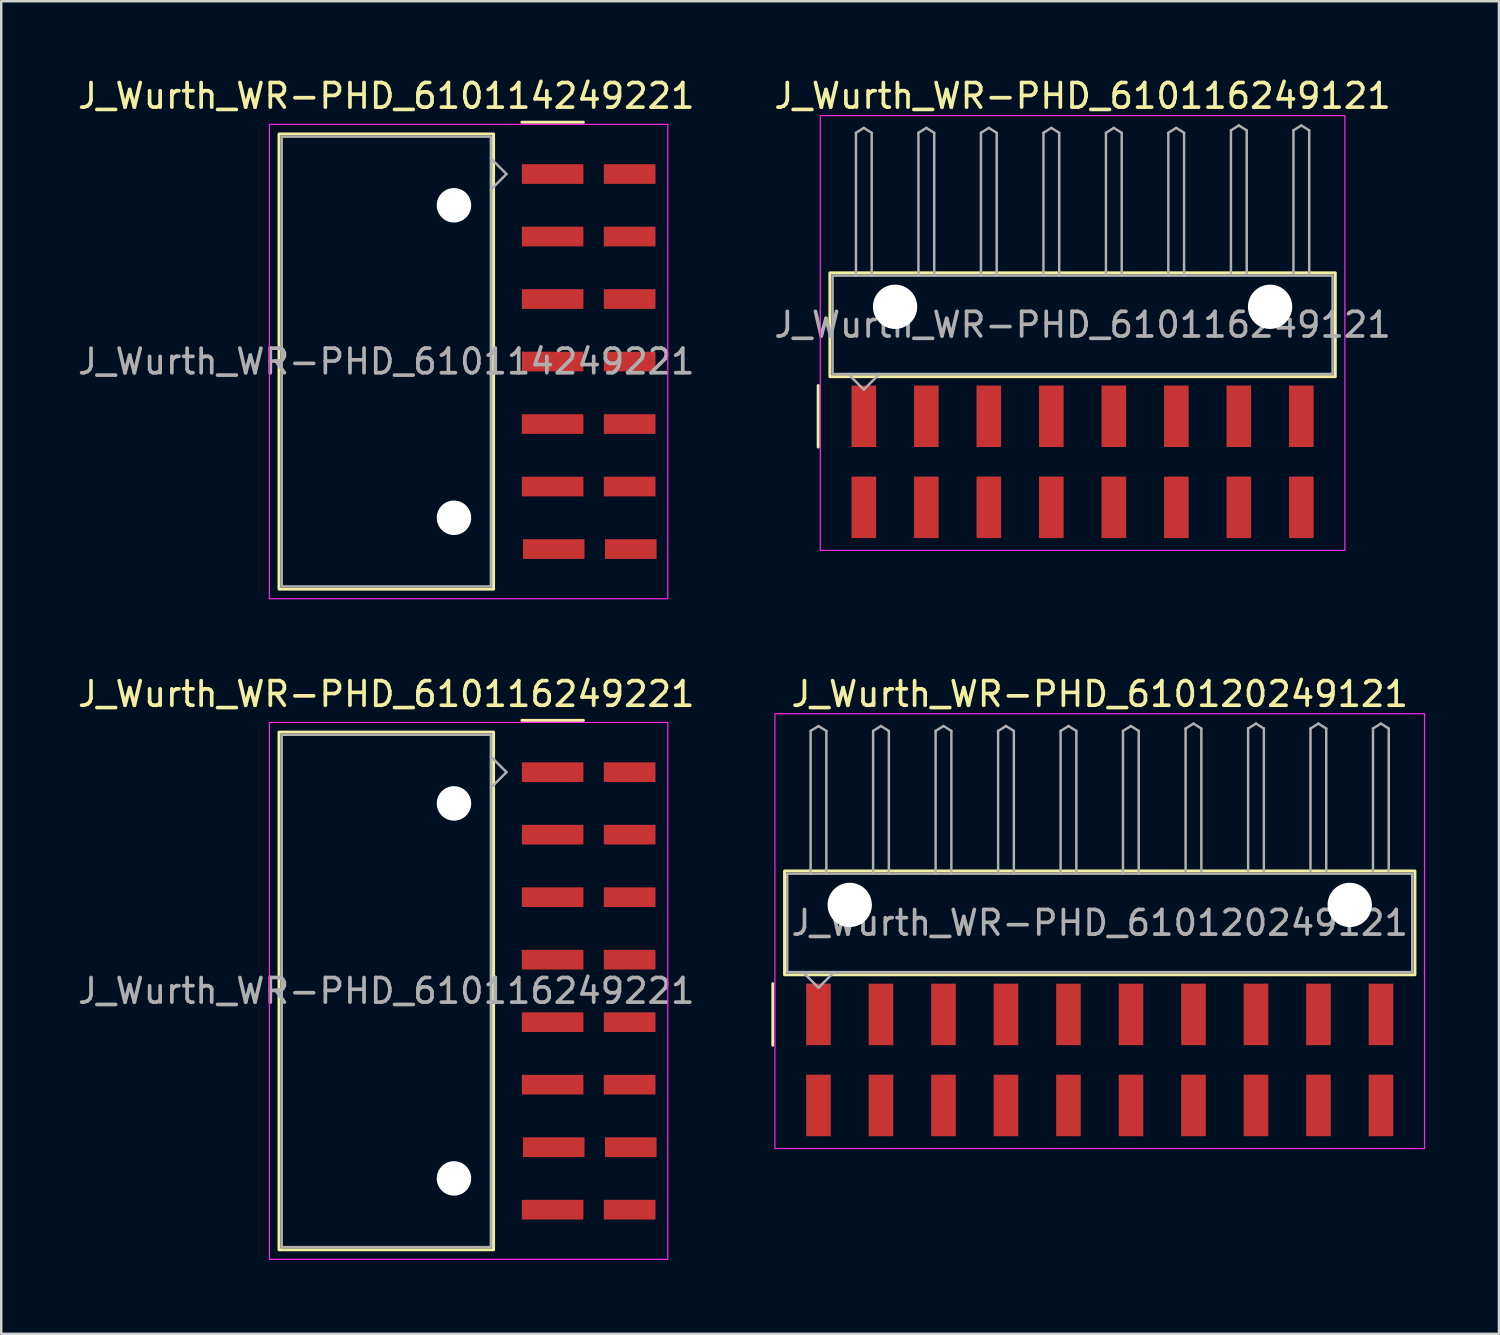
<source format=kicad_pcb>
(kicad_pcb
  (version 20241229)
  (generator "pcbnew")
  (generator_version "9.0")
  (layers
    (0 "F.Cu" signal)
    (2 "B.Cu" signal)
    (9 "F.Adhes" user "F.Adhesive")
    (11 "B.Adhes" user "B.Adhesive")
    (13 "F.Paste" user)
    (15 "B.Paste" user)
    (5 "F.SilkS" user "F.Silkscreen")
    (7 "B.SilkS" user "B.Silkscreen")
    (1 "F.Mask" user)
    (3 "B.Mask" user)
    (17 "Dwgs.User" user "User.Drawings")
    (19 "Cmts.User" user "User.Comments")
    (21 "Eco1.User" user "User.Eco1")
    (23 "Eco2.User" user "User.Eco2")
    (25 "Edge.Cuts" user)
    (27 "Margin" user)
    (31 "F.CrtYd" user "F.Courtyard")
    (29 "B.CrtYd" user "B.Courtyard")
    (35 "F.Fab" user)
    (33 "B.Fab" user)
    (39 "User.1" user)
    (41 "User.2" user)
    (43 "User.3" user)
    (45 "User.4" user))
  (footprint "J_Wurth_WR-PHD_610120249121"
    (layer "F.Cu")
    (at 41.643 34.456)
    (property "Reference" "J_Wurth_WR-PHD_610120249121" (at 0 -9.3 0) (unlocked yes) (layer "F.SilkS") (effects (font (size 1 1) (thickness 0.15))))
    (attr smd)
    (fp_line (start -13.285 2.47) (end -13.285 4.97) (stroke (width 0.12) (type solid)) (layer "F.SilkS"))
    (fp_rect (start -12.81 -2.11) (end 12.81 2.11) (stroke (width 0.12) (type solid)) (fill no) (layer "F.SilkS"))
    (fp_rect (start -13.2 -8.5) (end 13.2 9.17) (stroke (width 0.05) (type solid)) (fill no) (layer "F.CrtYd"))
    (fp_line (start -11.75 -7.8) (end -11.75 -2) (stroke (width 0.1) (type solid)) (layer "F.Fab"))
    (fp_line (start -11.43 -8) (end -11.75 -7.8) (stroke (width 0.1) (type solid)) (layer "F.Fab"))
    (fp_line (start -11.43 2.635) (end -12.065 2) (stroke (width 0.1) (type default)) (layer "F.Fab"))
    (fp_line (start -11.11 -7.8) (end -11.43 -8) (stroke (width 0.1) (type solid)) (layer "F.Fab"))
    (fp_line (start -11.11 -2) (end -11.11 -7.8) (stroke (width 0.1) (type solid)) (layer "F.Fab"))
    (fp_line (start -10.795 2) (end -11.43 2.635) (stroke (width 0.1) (type default)) (layer "F.Fab"))
    (fp_line (start -9.21 -7.8) (end -9.21 -2) (stroke (width 0.1) (type solid)) (layer "F.Fab"))
    (fp_line (start -8.89 -8) (end -9.21 -7.8) (stroke (width 0.1) (type solid)) (layer "F.Fab"))
    (fp_line (start -8.57 -7.8) (end -8.89 -8) (stroke (width 0.1) (type solid)) (layer "F.Fab"))
    (fp_line (start -8.57 -2) (end -8.57 -7.8) (stroke (width 0.1) (type solid)) (layer "F.Fab"))
    (fp_line (start -6.67 -7.8) (end -6.67 -2) (stroke (width 0.1) (type solid)) (layer "F.Fab"))
    (fp_line (start -6.35 -8) (end -6.67 -7.8) (stroke (width 0.1) (type solid)) (layer "F.Fab"))
    (fp_line (start -6.03 -7.8) (end -6.35 -8) (stroke (width 0.1) (type solid)) (layer "F.Fab"))
    (fp_line (start -6.03 -2) (end -6.03 -7.8) (stroke (width 0.1) (type solid)) (layer "F.Fab"))
    (fp_line (start -4.13 -7.8) (end -4.13 -2) (stroke (width 0.1) (type solid)) (layer "F.Fab"))
    (fp_line (start -3.81 -8) (end -4.13 -7.8) (stroke (width 0.1) (type solid)) (layer "F.Fab"))
    (fp_line (start -3.49 -7.8) (end -3.81 -8) (stroke (width 0.1) (type solid)) (layer "F.Fab"))
    (fp_line (start -3.49 -2) (end -3.49 -7.8) (stroke (width 0.1) (type solid)) (layer "F.Fab"))
    (fp_line (start -1.59 -7.8) (end -1.59 -2) (stroke (width 0.1) (type solid)) (layer "F.Fab"))
    (fp_line (start -1.27 -8) (end -1.59 -7.8) (stroke (width 0.1) (type solid)) (layer "F.Fab"))
    (fp_line (start -0.95 -7.8) (end -1.27 -8) (stroke (width 0.1) (type solid)) (layer "F.Fab"))
    (fp_line (start -0.95 -2) (end -0.95 -7.8) (stroke (width 0.1) (type solid)) (layer "F.Fab"))
    (fp_line (start 0.945 -7.8) (end 0.945 -2) (stroke (width 0.1) (type solid)) (layer "F.Fab"))
    (fp_line (start 1.265 -8) (end 0.945 -7.8) (stroke (width 0.1) (type solid)) (layer "F.Fab"))
    (fp_line (start 1.585 -7.8) (end 1.265 -8) (stroke (width 0.1) (type solid)) (layer "F.Fab"))
    (fp_line (start 1.585 -2) (end 1.585 -7.8) (stroke (width 0.1) (type solid)) (layer "F.Fab"))
    (fp_line (start 3.49 -7.9) (end 3.49 -2.1) (stroke (width 0.1) (type solid)) (layer "F.Fab"))
    (fp_line (start 3.81 -8.1) (end 3.49 -7.9) (stroke (width 0.1) (type solid)) (layer "F.Fab"))
    (fp_line (start 4.13 -7.9) (end 3.81 -8.1) (stroke (width 0.1) (type solid)) (layer "F.Fab"))
    (fp_line (start 4.13 -2.1) (end 4.13 -7.9) (stroke (width 0.1) (type solid)) (layer "F.Fab"))
    (fp_line (start 6.03 -7.9) (end 6.03 -2.1) (stroke (width 0.1) (type solid)) (layer "F.Fab"))
    (fp_line (start 6.35 -8.1) (end 6.03 -7.9) (stroke (width 0.1) (type solid)) (layer "F.Fab"))
    (fp_line (start 6.67 -7.9) (end 6.35 -8.1) (stroke (width 0.1) (type solid)) (layer "F.Fab"))
    (fp_line (start 6.67 -2.1) (end 6.67 -7.9) (stroke (width 0.1) (type solid)) (layer "F.Fab"))
    (fp_line (start 8.565 -7.9) (end 8.565 -2.1) (stroke (width 0.1) (type solid)) (layer "F.Fab"))
    (fp_line (start 8.885 -8.1) (end 8.565 -7.9) (stroke (width 0.1) (type solid)) (layer "F.Fab"))
    (fp_line (start 9.205 -7.9) (end 8.885 -8.1) (stroke (width 0.1) (type solid)) (layer "F.Fab"))
    (fp_line (start 9.205 -2.1) (end 9.205 -7.9) (stroke (width 0.1) (type solid)) (layer "F.Fab"))
    (fp_line (start 11.105 -7.9) (end 11.105 -2.1) (stroke (width 0.1) (type solid)) (layer "F.Fab"))
    (fp_line (start 11.425 -8.1) (end 11.105 -7.9) (stroke (width 0.1) (type solid)) (layer "F.Fab"))
    (fp_line (start 11.745 -7.9) (end 11.425 -8.1) (stroke (width 0.1) (type solid)) (layer "F.Fab"))
    (fp_line (start 11.745 -2.1) (end 11.745 -7.9) (stroke (width 0.1) (type solid)) (layer "F.Fab"))
    (fp_rect (start -12.7 -2) (end 12.7 2) (stroke (width 0.1) (type solid)) (fill no) (layer "F.Fab"))
    (fp_text user "${REFERENCE}" (at 0 0 0) (unlocked yes) (layer "F.Fab") (effects (font (size 1 1) (thickness 0.15))))
    (pad "" np_thru_hole circle (at -10.16 -0.73) (size 1.8 1.8) (drill 1.8) (layers "*.Cu" "*.Mask"))
    (pad "" np_thru_hole circle (at 10.16 -0.73) (size 1.8 1.8) (drill 1.8) (layers "*.Cu" "*.Mask"))
    (pad "1" smd rect (at -11.43 3.72 180) (size 1 2.5) (layers "F.Cu" "F.Mask" "F.Paste"))
    (pad "2" smd rect (at -11.43 7.42 180) (size 1 2.5) (layers "F.Cu" "F.Mask" "F.Paste"))
    (pad "3" smd rect (at -8.89 3.72 180) (size 1 2.5) (layers "F.Cu" "F.Mask" "F.Paste"))
    (pad "4" smd rect (at -8.89 7.42 180) (size 1 2.5) (layers "F.Cu" "F.Mask" "F.Paste"))
    (pad "5" smd rect (at -6.35 3.72 180) (size 1 2.5) (layers "F.Cu" "F.Mask" "F.Paste"))
    (pad "6" smd rect (at -6.35 7.42 180) (size 1 2.5) (layers "F.Cu" "F.Mask" "F.Paste"))
    (pad "7" smd rect (at -3.81 3.72 180) (size 1 2.5) (layers "F.Cu" "F.Mask" "F.Paste"))
    (pad "8" smd rect (at -3.81 7.42 180) (size 1 2.5) (layers "F.Cu" "F.Mask" "F.Paste"))
    (pad "9" smd rect (at -1.27 3.72 180) (size 1 2.5) (layers "F.Cu" "F.Mask" "F.Paste"))
    (pad "10" smd rect (at -1.27 7.42 180) (size 1 2.5) (layers "F.Cu" "F.Mask" "F.Paste"))
    (pad "11" smd rect (at 1.27 3.72 180) (size 1 2.5) (layers "F.Cu" "F.Mask" "F.Paste"))
    (pad "12" smd rect (at 1.27 7.42 180) (size 1 2.5) (layers "F.Cu" "F.Mask" "F.Paste"))
    (pad "13" smd rect (at 3.81 3.72 180) (size 1 2.5) (layers "F.Cu" "F.Mask" "F.Paste"))
    (pad "14" smd rect (at 3.81 7.42 180) (size 1 2.5) (layers "F.Cu" "F.Mask" "F.Paste"))
    (pad "15" smd rect (at 6.35 3.72 180) (size 1 2.5) (layers "F.Cu" "F.Mask" "F.Paste"))
    (pad "16" smd rect (at 6.35 7.42 180) (size 1 2.5) (layers "F.Cu" "F.Mask" "F.Paste"))
    (pad "17" smd rect (at 8.89 3.72 180) (size 1 2.5) (layers "F.Cu" "F.Mask" "F.Paste"))
    (pad "18" smd rect (at 8.89 7.42 180) (size 1 2.5) (layers "F.Cu" "F.Mask" "F.Paste"))
    (pad "19" smd rect (at 11.43 3.72 180) (size 1 2.5) (layers "F.Cu" "F.Mask" "F.Paste"))
    (pad "20" smd rect (at 11.43 7.42 180) (size 1 2.5) (layers "F.Cu" "F.Mask" "F.Paste")))
  (footprint "J_Wurth_WR-PHD_610114249221"
    (layer "F.Cu")
    (at 12.649 11.643)
    (property "Reference" "J_Wurth_WR-PHD_610114249221" (at 0 -10.795 0) (unlocked yes) (layer "F.SilkS") (effects (font (size 1 1) (thickness 0.15))))
    (attr smd)
    (fp_line (start 8.01 -9.725) (end 5.51 -9.725) (stroke (width 0.12) (type solid)) (layer "F.SilkS"))
    (fp_rect (start -4.36 -9.25) (end 4.36 9.25) (stroke (width 0.12) (type solid)) (fill no) (layer "F.SilkS"))
    (fp_rect (start -4.75 -9.64) (end 11.44 9.64) (stroke (width 0.05) (type solid)) (fill no) (layer "F.CrtYd"))
    (fp_line (start 4.25 -8.255) (end 4.885 -7.62) (stroke (width 0.1) (type default)) (layer "F.Fab"))
    (fp_line (start 4.885 -7.62) (end 4.25 -6.985) (stroke (width 0.1) (type default)) (layer "F.Fab"))
    (fp_rect (start -4.25 -9.14) (end 4.25 9.14) (stroke (width 0.1) (type solid)) (fill no) (layer "F.Fab"))
    (fp_text user "${REFERENCE}" (at 0 0 0) (unlocked yes) (layer "F.Fab") (effects (font (size 1 1) (thickness 0.15))))
    (pad "" np_thru_hole circle (at 2.75 -6.35 270) (size 1.4 1.4) (drill 1.4) (layers "*.Cu" "*.Mask"))
    (pad "" np_thru_hole circle (at 2.75 6.35 270) (size 1.4 1.4) (drill 1.4) (layers "*.Cu" "*.Mask"))
    (pad "1" smd rect (at 6.76 -7.62 270) (size 0.8 2.5) (layers "F.Cu" "F.Mask" "F.Paste"))
    (pad "2" smd rect (at 9.89 -7.62 270) (size 0.8 2.1) (layers "F.Cu" "F.Mask" "F.Paste"))
    (pad "3" smd rect (at 6.76 -5.08 270) (size 0.8 2.5) (layers "F.Cu" "F.Mask" "F.Paste"))
    (pad "4" smd rect (at 9.89 -5.08 270) (size 0.8 2.1) (layers "F.Cu" "F.Mask" "F.Paste"))
    (pad "5" smd rect (at 6.76 -2.54 270) (size 0.8 2.5) (layers "F.Cu" "F.Mask" "F.Paste"))
    (pad "6" smd rect (at 9.89 -2.54 270) (size 0.8 2.1) (layers "F.Cu" "F.Mask" "F.Paste"))
    (pad "7" smd rect (at 6.76 0 270) (size 0.8 2.5) (layers "F.Cu" "F.Mask" "F.Paste"))
    (pad "8" smd rect (at 9.89 0 270) (size 0.8 2.1) (layers "F.Cu" "F.Mask" "F.Paste"))
    (pad "9" smd rect (at 6.76 2.54 270) (size 0.8 2.5) (layers "F.Cu" "F.Mask" "F.Paste"))
    (pad "10" smd rect (at 9.89 2.54 270) (size 0.8 2.1) (layers "F.Cu" "F.Mask" "F.Paste"))
    (pad "11" smd rect (at 6.76 5.08 270) (size 0.8 2.5) (layers "F.Cu" "F.Mask" "F.Paste"))
    (pad "12" smd rect (at 9.89 5.08 270) (size 0.8 2.1) (layers "F.Cu" "F.Mask" "F.Paste"))
    (pad "13" smd rect (at 6.805 7.62 270) (size 0.8 2.5) (layers "F.Cu" "F.Mask" "F.Paste"))
    (pad "14" smd rect (at 9.935 7.62 270) (size 0.8 2.1) (layers "F.Cu" "F.Mask" "F.Paste")))
  (footprint "J_Wurth_WR-PHD_610116249121"
    (layer "F.Cu")
    (at 40.946 10.148)
    (property "Reference" "J_Wurth_WR-PHD_610116249121" (at 0 -9.3 0) (unlocked yes) (layer "F.SilkS") (effects (font (size 1 1) (thickness 0.15))))
    (attr smd)
    (fp_line (start -10.745 2.47) (end -10.745 4.97) (stroke (width 0.12) (type solid)) (layer "F.SilkS"))
    (fp_rect (start -10.27 -2.11) (end 10.27 2.11) (stroke (width 0.12) (type solid)) (fill no) (layer "F.SilkS"))
    (fp_rect (start -10.66 -8.5) (end 10.66 9.17) (stroke (width 0.05) (type solid)) (fill no) (layer "F.CrtYd"))
    (fp_line (start -9.21 -7.8) (end -9.21 -2) (stroke (width 0.1) (type solid)) (layer "F.Fab"))
    (fp_line (start -8.89 -8) (end -9.21 -7.8) (stroke (width 0.1) (type solid)) (layer "F.Fab"))
    (fp_line (start -8.89 2.635) (end -9.525 2) (stroke (width 0.1) (type default)) (layer "F.Fab"))
    (fp_line (start -8.57 -7.8) (end -8.89 -8) (stroke (width 0.1) (type solid)) (layer "F.Fab"))
    (fp_line (start -8.57 -2) (end -8.57 -7.8) (stroke (width 0.1) (type solid)) (layer "F.Fab"))
    (fp_line (start -8.255 2) (end -8.89 2.635) (stroke (width 0.1) (type default)) (layer "F.Fab"))
    (fp_line (start -6.67 -7.8) (end -6.67 -2) (stroke (width 0.1) (type solid)) (layer "F.Fab"))
    (fp_line (start -6.35 -8) (end -6.67 -7.8) (stroke (width 0.1) (type solid)) (layer "F.Fab"))
    (fp_line (start -6.03 -7.8) (end -6.35 -8) (stroke (width 0.1) (type solid)) (layer "F.Fab"))
    (fp_line (start -6.03 -2) (end -6.03 -7.8) (stroke (width 0.1) (type solid)) (layer "F.Fab"))
    (fp_line (start -4.13 -7.8) (end -4.13 -2) (stroke (width 0.1) (type solid)) (layer "F.Fab"))
    (fp_line (start -3.81 -8) (end -4.13 -7.8) (stroke (width 0.1) (type solid)) (layer "F.Fab"))
    (fp_line (start -3.49 -7.8) (end -3.81 -8) (stroke (width 0.1) (type solid)) (layer "F.Fab"))
    (fp_line (start -3.49 -2) (end -3.49 -7.8) (stroke (width 0.1) (type solid)) (layer "F.Fab"))
    (fp_line (start -1.59 -7.8) (end -1.59 -2) (stroke (width 0.1) (type solid)) (layer "F.Fab"))
    (fp_line (start -1.27 -8) (end -1.59 -7.8) (stroke (width 0.1) (type solid)) (layer "F.Fab"))
    (fp_line (start -0.95 -7.8) (end -1.27 -8) (stroke (width 0.1) (type solid)) (layer "F.Fab"))
    (fp_line (start -0.95 -2) (end -0.95 -7.8) (stroke (width 0.1) (type solid)) (layer "F.Fab"))
    (fp_line (start 0.95 -7.8) (end 0.95 -2) (stroke (width 0.1) (type solid)) (layer "F.Fab"))
    (fp_line (start 1.27 -8) (end 0.95 -7.8) (stroke (width 0.1) (type solid)) (layer "F.Fab"))
    (fp_line (start 1.59 -7.8) (end 1.27 -8) (stroke (width 0.1) (type solid)) (layer "F.Fab"))
    (fp_line (start 1.59 -2) (end 1.59 -7.8) (stroke (width 0.1) (type solid)) (layer "F.Fab"))
    (fp_line (start 3.485 -7.8) (end 3.485 -2) (stroke (width 0.1) (type solid)) (layer "F.Fab"))
    (fp_line (start 3.805 -8) (end 3.485 -7.8) (stroke (width 0.1) (type solid)) (layer "F.Fab"))
    (fp_line (start 4.125 -7.8) (end 3.805 -8) (stroke (width 0.1) (type solid)) (layer "F.Fab"))
    (fp_line (start 4.125 -2) (end 4.125 -7.8) (stroke (width 0.1) (type solid)) (layer "F.Fab"))
    (fp_line (start 6.03 -7.9) (end 6.03 -2.1) (stroke (width 0.1) (type solid)) (layer "F.Fab"))
    (fp_line (start 6.35 -8.1) (end 6.03 -7.9) (stroke (width 0.1) (type solid)) (layer "F.Fab"))
    (fp_line (start 6.67 -7.9) (end 6.35 -8.1) (stroke (width 0.1) (type solid)) (layer "F.Fab"))
    (fp_line (start 6.67 -2.1) (end 6.67 -7.9) (stroke (width 0.1) (type solid)) (layer "F.Fab"))
    (fp_line (start 8.57 -7.9) (end 8.57 -2.1) (stroke (width 0.1) (type solid)) (layer "F.Fab"))
    (fp_line (start 8.89 -8.1) (end 8.57 -7.9) (stroke (width 0.1) (type solid)) (layer "F.Fab"))
    (fp_line (start 9.21 -7.9) (end 8.89 -8.1) (stroke (width 0.1) (type solid)) (layer "F.Fab"))
    (fp_line (start 9.21 -2.1) (end 9.21 -7.9) (stroke (width 0.1) (type solid)) (layer "F.Fab"))
    (fp_rect (start -10.16 -2) (end 10.16 2) (stroke (width 0.1) (type solid)) (fill no) (layer "F.Fab"))
    (fp_text user "${REFERENCE}" (at 0 0 0) (unlocked yes) (layer "F.Fab") (effects (font (size 1 1) (thickness 0.15))))
    (pad "" np_thru_hole circle (at -7.62 -0.73) (size 1.8 1.8) (drill 1.8) (layers "*.Cu" "*.Mask"))
    (pad "" np_thru_hole circle (at 7.62 -0.73) (size 1.8 1.8) (drill 1.8) (layers "*.Cu" "*.Mask"))
    (pad "1" smd rect (at -8.89 3.72 180) (size 1 2.5) (layers "F.Cu" "F.Mask" "F.Paste"))
    (pad "2" smd rect (at -8.89 7.42 180) (size 1 2.5) (layers "F.Cu" "F.Mask" "F.Paste"))
    (pad "3" smd rect (at -6.35 3.72 180) (size 1 2.5) (layers "F.Cu" "F.Mask" "F.Paste"))
    (pad "4" smd rect (at -6.35 7.42 180) (size 1 2.5) (layers "F.Cu" "F.Mask" "F.Paste"))
    (pad "5" smd rect (at -3.81 3.72 180) (size 1 2.5) (layers "F.Cu" "F.Mask" "F.Paste"))
    (pad "6" smd rect (at -3.81 7.42 180) (size 1 2.5) (layers "F.Cu" "F.Mask" "F.Paste"))
    (pad "7" smd rect (at -1.27 3.72 180) (size 1 2.5) (layers "F.Cu" "F.Mask" "F.Paste"))
    (pad "8" smd rect (at -1.27 7.42 180) (size 1 2.5) (layers "F.Cu" "F.Mask" "F.Paste"))
    (pad "9" smd rect (at 1.27 3.72 180) (size 1 2.5) (layers "F.Cu" "F.Mask" "F.Paste"))
    (pad "10" smd rect (at 1.27 7.42 180) (size 1 2.5) (layers "F.Cu" "F.Mask" "F.Paste"))
    (pad "11" smd rect (at 3.81 3.72 180) (size 1 2.5) (layers "F.Cu" "F.Mask" "F.Paste"))
    (pad "12" smd rect (at 3.81 7.42 180) (size 1 2.5) (layers "F.Cu" "F.Mask" "F.Paste"))
    (pad "13" smd rect (at 6.35 3.72 180) (size 1 2.5) (layers "F.Cu" "F.Mask" "F.Paste"))
    (pad "14" smd rect (at 6.35 7.42 180) (size 1 2.5) (layers "F.Cu" "F.Mask" "F.Paste"))
    (pad "15" smd rect (at 8.89 3.72 180) (size 1 2.5) (layers "F.Cu" "F.Mask" "F.Paste"))
    (pad "16" smd rect (at 8.89 7.42 180) (size 1 2.5) (layers "F.Cu" "F.Mask" "F.Paste")))
  (footprint "J_Wurth_WR-PHD_610116249221"
    (layer "F.Cu")
    (at 12.649 37.221)
    (property "Reference" "J_Wurth_WR-PHD_610116249221" (at 0 -12.065 0) (unlocked yes) (layer "F.SilkS") (effects (font (size 1 1) (thickness 0.15))))
    (attr smd)
    (fp_line (start 8.01 -10.995) (end 5.51 -10.995) (stroke (width 0.12) (type solid)) (layer "F.SilkS"))
    (fp_rect (start -4.36 -10.52) (end 4.36 10.52) (stroke (width 0.12) (type solid)) (fill no) (layer "F.SilkS"))
    (fp_rect (start -4.75 -10.91) (end 11.44 10.91) (stroke (width 0.05) (type solid)) (fill no) (layer "F.CrtYd"))
    (fp_line (start 4.25 -9.525) (end 4.885 -8.89) (stroke (width 0.1) (type default)) (layer "F.Fab"))
    (fp_line (start 4.885 -8.89) (end 4.25 -8.255) (stroke (width 0.1) (type default)) (layer "F.Fab"))
    (fp_rect (start -4.25 -10.41) (end 4.25 10.41) (stroke (width 0.1) (type solid)) (fill no) (layer "F.Fab"))
    (fp_text user "${REFERENCE}" (at 0 0 0) (unlocked yes) (layer "F.Fab") (effects (font (size 1 1) (thickness 0.15))))
    (pad "" np_thru_hole circle (at 2.75 -7.62 270) (size 1.4 1.4) (drill 1.4) (layers "*.Cu" "*.Mask"))
    (pad "" np_thru_hole circle (at 2.75 7.62 270) (size 1.4 1.4) (drill 1.4) (layers "*.Cu" "*.Mask"))
    (pad "1" smd rect (at 6.76 -8.89 270) (size 0.8 2.5) (layers "F.Cu" "F.Mask" "F.Paste"))
    (pad "2" smd rect (at 9.89 -8.89 270) (size 0.8 2.1) (layers "F.Cu" "F.Mask" "F.Paste"))
    (pad "3" smd rect (at 6.76 -6.35 270) (size 0.8 2.5) (layers "F.Cu" "F.Mask" "F.Paste"))
    (pad "4" smd rect (at 9.89 -6.35 270) (size 0.8 2.1) (layers "F.Cu" "F.Mask" "F.Paste"))
    (pad "5" smd rect (at 6.76 -3.81 270) (size 0.8 2.5) (layers "F.Cu" "F.Mask" "F.Paste"))
    (pad "6" smd rect (at 9.89 -3.81 270) (size 0.8 2.1) (layers "F.Cu" "F.Mask" "F.Paste"))
    (pad "7" smd rect (at 6.76 -1.27 270) (size 0.8 2.5) (layers "F.Cu" "F.Mask" "F.Paste"))
    (pad "8" smd rect (at 9.89 -1.27 270) (size 0.8 2.1) (layers "F.Cu" "F.Mask" "F.Paste"))
    (pad "9" smd rect (at 6.76 1.27 270) (size 0.8 2.5) (layers "F.Cu" "F.Mask" "F.Paste"))
    (pad "10" smd rect (at 9.89 1.27 270) (size 0.8 2.1) (layers "F.Cu" "F.Mask" "F.Paste"))
    (pad "11" smd rect (at 6.76 3.81 270) (size 0.8 2.5) (layers "F.Cu" "F.Mask" "F.Paste"))
    (pad "12" smd rect (at 9.89 3.81 270) (size 0.8 2.1) (layers "F.Cu" "F.Mask" "F.Paste"))
    (pad "13" smd rect (at 6.805 6.35 270) (size 0.8 2.5) (layers "F.Cu" "F.Mask" "F.Paste"))
    (pad "14" smd rect (at 9.935 6.35 270) (size 0.8 2.1) (layers "F.Cu" "F.Mask" "F.Paste"))
    (pad "15" smd rect (at 6.76 8.89 270) (size 0.8 2.5) (layers "F.Cu" "F.Mask" "F.Paste"))
    (pad "16" smd rect (at 9.89 8.89 270) (size 0.8 2.1) (layers "F.Cu" "F.Mask" "F.Paste")))
  (gr_rect
    (start -3 -3)
    (end 57.868 51.157)
    (stroke (width 0.1) (type default))
    (fill no)
    (layer "Edge.Cuts")))
</source>
